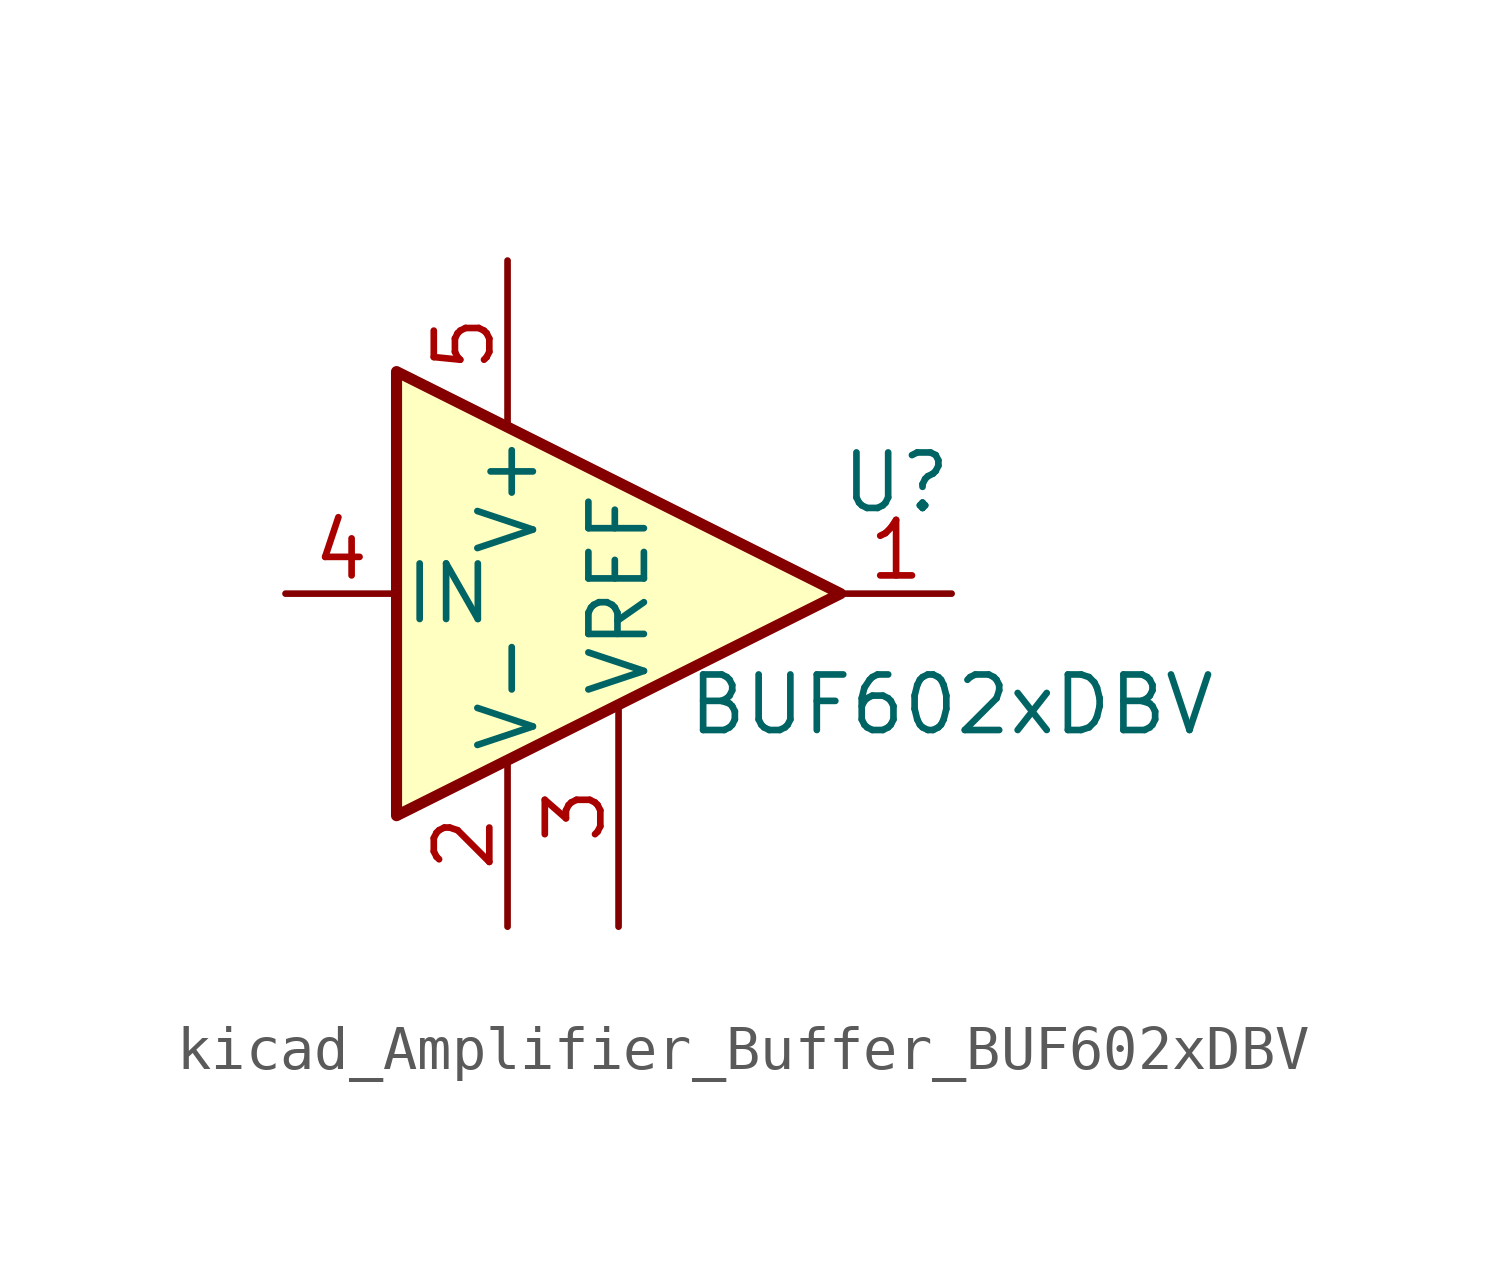
<source format=kicad_sym>
(kicad_symbol_lib
  (version 20220914)
  (generator kicad_symbol_editor)
  (symbol "kicad_Amplifier_Buffer_BUF602xDBV"
    (pin_names
      (offset 0.127))
    (property "Reference" "U"
      (at 6.35 2.54 0)
      (effects (font (size 1.27 1.27))))
    (property "Value" "BUF602xDBV"
      (at 7.62 -2.54 0)
      (effects (font (size 1.27 1.27))))
    (symbol "kicad_Amplifier_Buffer_BUF602xDBV_0_1"
      (polyline (pts (xy 5.08 0) (xy -5.08 5.08) (xy -5.08 -5.08) (xy 5.08 0)) (stroke (width 0.254) (type default)) (fill (type background))))
    (symbol "kicad_Amplifier_Buffer_BUF602xDBV_1_1"
      (pin output line (at 7.62 0 180) (length 2.54) (name "~" (effects (font (size 1.27 1.27)))) (number "1" (effects (font (size 1.27 1.27)))))
      (pin power_in line (at -2.54 -7.62 90) (length 3.81) (name "V-" (effects (font (size 1.27 1.27)))) (number "2" (effects (font (size 1.27 1.27)))))
      (pin output line (at 0 -7.62 90) (length 5.08) (name "VREF" (effects (font (size 1.27 1.27)))) (number "3" (effects (font (size 1.27 1.27)))))
      (pin input line (at -7.62 0 0) (length 2.54) (name "IN" (effects (font (size 1.27 1.27)))) (number "4" (effects (font (size 1.27 1.27)))))
      (pin power_in line (at -2.54 7.62 270) (length 3.81) (name "V+" (effects (font (size 1.27 1.27)))) (number "5" (effects (font (size 1.27 1.27))))))))
</source>
